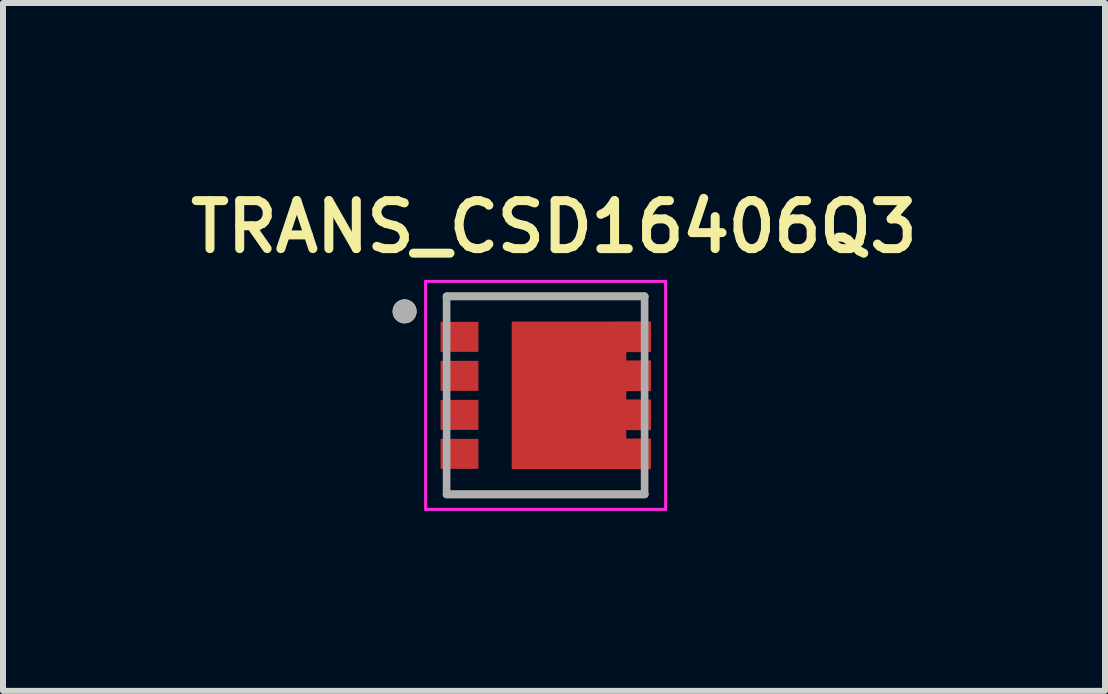
<source format=kicad_pcb>
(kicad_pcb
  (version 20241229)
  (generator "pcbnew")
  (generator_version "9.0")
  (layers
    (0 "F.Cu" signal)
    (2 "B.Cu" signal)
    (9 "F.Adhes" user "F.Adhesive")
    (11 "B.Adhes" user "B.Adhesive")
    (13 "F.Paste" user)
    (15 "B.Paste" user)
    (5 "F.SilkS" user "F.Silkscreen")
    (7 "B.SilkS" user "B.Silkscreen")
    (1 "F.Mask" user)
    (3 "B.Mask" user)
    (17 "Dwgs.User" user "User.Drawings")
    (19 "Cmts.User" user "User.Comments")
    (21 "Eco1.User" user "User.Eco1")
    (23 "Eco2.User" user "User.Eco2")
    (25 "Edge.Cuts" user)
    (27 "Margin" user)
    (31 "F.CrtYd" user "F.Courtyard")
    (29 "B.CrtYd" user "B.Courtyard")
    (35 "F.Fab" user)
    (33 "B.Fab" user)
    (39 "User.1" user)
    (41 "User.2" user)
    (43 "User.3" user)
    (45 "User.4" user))
  (footprint "TRANS_CSD16406Q3"
    (layer "F.Cu")
    (at 6.043 3.539)
    (property "Reference" "TRANS_CSD16406Q3" (at 0.14 -2.808 0) (layer "F.SilkS") (effects (font (size 0.8 0.8) (thickness 0.15))))
    (attr smd)
    (fp_poly (pts (xy -0.66 -1.325) (xy 1.85 -1.325) (xy 1.85 1.325) (xy -0.66 1.325)) (stroke (width 0.01) (type solid)) (fill yes) (layer "F.Mask"))
    (fp_line (start -1.65 -1.65) (end 1.65 -1.65) (stroke (width 0.127) (type solid)) (layer "F.SilkS"))
    (fp_line (start -1.65 1.65) (end 1.65 1.65) (stroke (width 0.127) (type solid)) (layer "F.SilkS"))
    (fp_circle (center -2.35 -1.4) (end -2.25 -1.4) (stroke (width 0.2) (type solid)) (fill no) (layer "F.SilkS"))
    (fp_poly (pts (xy -1.66 -1.145) (xy -1.21 -1.145) (xy -1.21 -0.805) (xy -1.66 -0.805)) (stroke (width 0.01) (type solid)) (fill yes) (layer "F.Paste"))
    (fp_poly (pts (xy -1.66 -0.495) (xy -1.21 -0.495) (xy -1.21 -0.155) (xy -1.66 -0.155)) (stroke (width 0.01) (type solid)) (fill yes) (layer "F.Paste"))
    (fp_poly (pts (xy -1.66 0.155) (xy -1.21 0.155) (xy -1.21 0.495) (xy -1.66 0.495)) (stroke (width 0.01) (type solid)) (fill yes) (layer "F.Paste"))
    (fp_poly (pts (xy -1.66 0.805) (xy -1.21 0.805) (xy -1.21 1.145) (xy -1.66 1.145)) (stroke (width 0.01) (type solid)) (fill yes) (layer "F.Paste"))
    (fp_poly (pts (xy -0.46 -1.145) (xy 0.985 -1.145) (xy 0.985 -0.125) (xy -0.46 -0.125)) (stroke (width 0.01) (type solid)) (fill yes) (layer "F.Paste"))
    (fp_poly (pts (xy -0.46 0.125) (xy 0.985 0.125) (xy 0.985 1.145) (xy -0.46 1.145)) (stroke (width 0.01) (type solid)) (fill yes) (layer "F.Paste"))
    (fp_poly (pts (xy 1.21 -1.145) (xy 1.66 -1.145) (xy 1.66 -0.805) (xy 1.21 -0.805)) (stroke (width 0.01) (type solid)) (fill yes) (layer "F.Paste"))
    (fp_poly (pts (xy 1.21 -0.495) (xy 1.66 -0.495) (xy 1.66 -0.155) (xy 1.21 -0.155)) (stroke (width 0.01) (type solid)) (fill yes) (layer "F.Paste"))
    (fp_poly (pts (xy 1.21 0.155) (xy 1.66 0.155) (xy 1.66 0.495) (xy 1.21 0.495)) (stroke (width 0.01) (type solid)) (fill yes) (layer "F.Paste"))
    (fp_poly (pts (xy 1.21 0.805) (xy 1.66 0.805) (xy 1.66 1.145) (xy 1.21 1.145)) (stroke (width 0.01) (type solid)) (fill yes) (layer "F.Paste"))
    (fp_line (start -2 -1.9) (end 2 -1.9) (stroke (width 0.05) (type solid)) (layer "F.CrtYd"))
    (fp_line (start -2 1.9) (end -2 -1.9) (stroke (width 0.05) (type solid)) (layer "F.CrtYd"))
    (fp_line (start 2 -1.9) (end 2 1.9) (stroke (width 0.05) (type solid)) (layer "F.CrtYd"))
    (fp_line (start 2 1.9) (end -2 1.9) (stroke (width 0.05) (type solid)) (layer "F.CrtYd"))
    (fp_line (start -1.65 -1.65) (end 1.65 -1.65) (stroke (width 0.127) (type solid)) (layer "F.Fab"))
    (fp_line (start -1.65 1.65) (end -1.65 -1.65) (stroke (width 0.127) (type solid)) (layer "F.Fab"))
    (fp_line (start 1.65 -1.65) (end 1.65 1.65) (stroke (width 0.127) (type solid)) (layer "F.Fab"))
    (fp_line (start 1.65 1.65) (end -1.65 1.65) (stroke (width 0.127) (type solid)) (layer "F.Fab"))
    (fp_circle (center -2.35 -1.4) (end -2.25 -1.4) (stroke (width 0.2) (type solid)) (fill no) (layer "F.Fab"))
    (pad "1" smd rect (at -1.435 -0.975) (size 0.63 0.5) (layers "F.Cu" "F.Mask"))
    (pad "2" smd rect (at -1.435 -0.325) (size 0.63 0.5) (layers "F.Cu" "F.Mask"))
    (pad "3" smd rect (at -1.435 0.325) (size 0.63 0.5) (layers "F.Cu" "F.Mask"))
    (pad "4" smd rect (at -1.435 0.975) (size 0.63 0.5) (layers "F.Cu" "F.Mask"))
    (pad "5" smd custom (at 1.435 0.975) (size 0.63 0.5) (layers "F.Cu") (options (anchor rect)) (primitives (gr_poly (pts (xy 0.315 -2.2) (xy 0.315 -1.7) (xy -0.095 -1.7) (xy -0.095 -1.55) (xy 0.315 -1.55) (xy 0.315 -1.05) (xy -0.095 -1.05) (xy -0.095 -0.9) (xy 0.315 -0.9) (xy 0.315 -0.4) (xy -0.095 -0.4) (xy -0.095 -0.25) (xy 0.315 -0.25) (xy 0.315 0.25) (xy -1.995 0.25) (xy -1.995 -2.2)) (width 0.01) (fill yes))))
    (pad "6" smd rect (at 1.435 0.325) (size 0.63 0.5) (layers "F.Cu"))
    (pad "7" smd rect (at 1.435 -0.325) (size 0.63 0.5) (layers "F.Cu"))
    (pad "8" smd rect (at 1.435 -0.975) (size 0.63 0.5) (layers "F.Cu")))
  (gr_rect
    (start -3 -3)
    (end 15.366 8.464)
    (stroke (width 0.1) (type default))
    (fill no)
    (layer "Edge.Cuts")))
</source>
